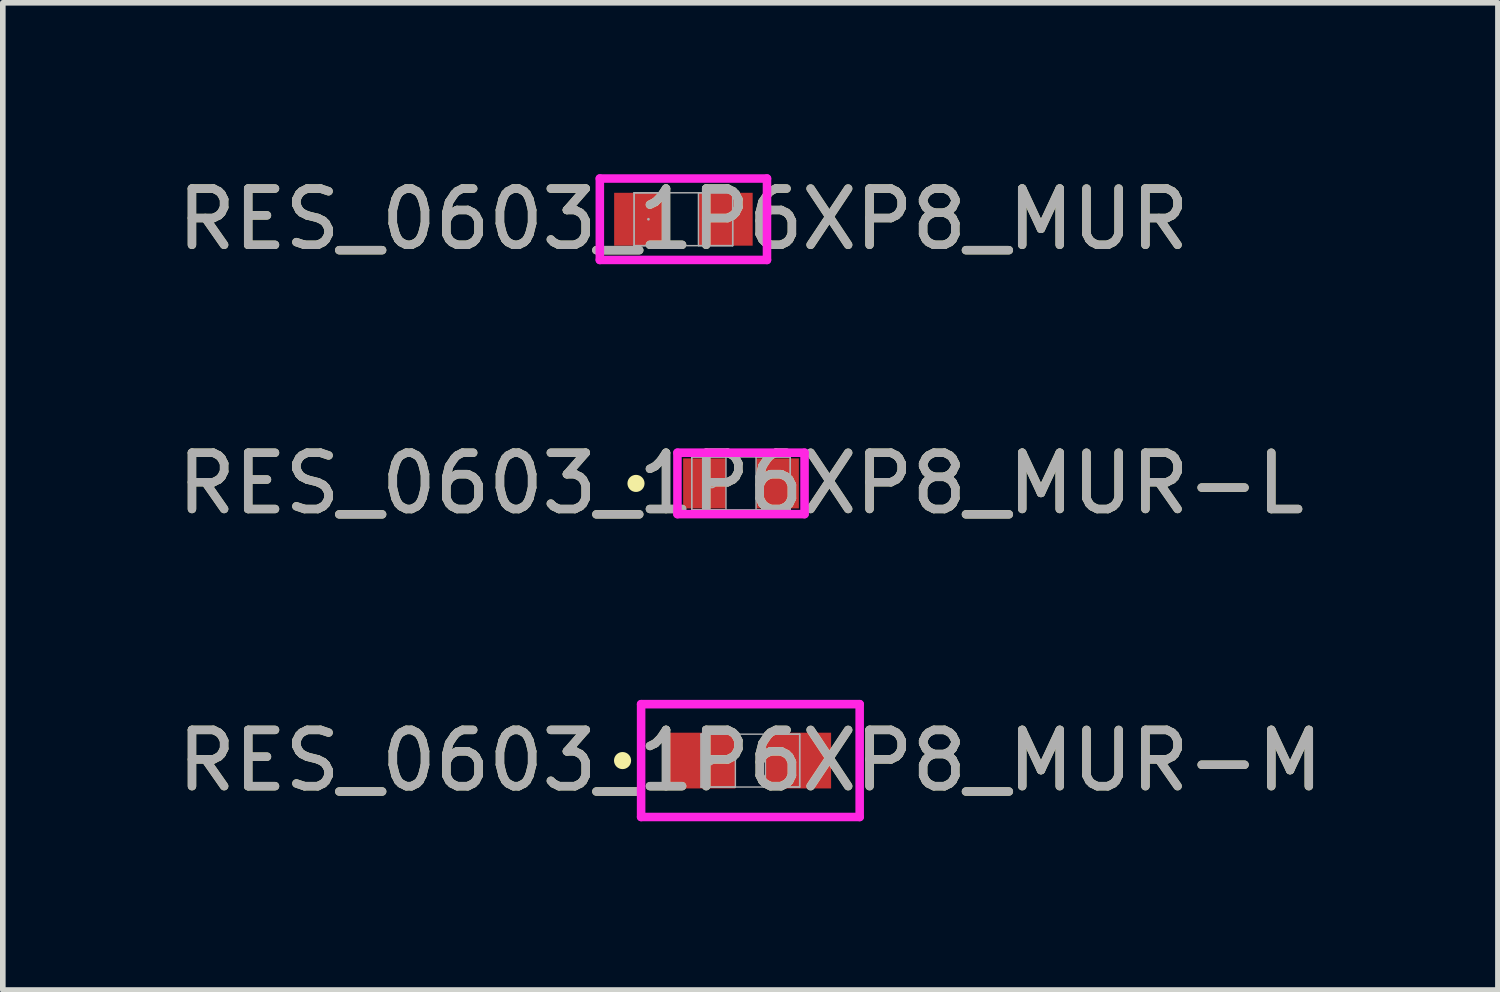
<source format=kicad_pcb>
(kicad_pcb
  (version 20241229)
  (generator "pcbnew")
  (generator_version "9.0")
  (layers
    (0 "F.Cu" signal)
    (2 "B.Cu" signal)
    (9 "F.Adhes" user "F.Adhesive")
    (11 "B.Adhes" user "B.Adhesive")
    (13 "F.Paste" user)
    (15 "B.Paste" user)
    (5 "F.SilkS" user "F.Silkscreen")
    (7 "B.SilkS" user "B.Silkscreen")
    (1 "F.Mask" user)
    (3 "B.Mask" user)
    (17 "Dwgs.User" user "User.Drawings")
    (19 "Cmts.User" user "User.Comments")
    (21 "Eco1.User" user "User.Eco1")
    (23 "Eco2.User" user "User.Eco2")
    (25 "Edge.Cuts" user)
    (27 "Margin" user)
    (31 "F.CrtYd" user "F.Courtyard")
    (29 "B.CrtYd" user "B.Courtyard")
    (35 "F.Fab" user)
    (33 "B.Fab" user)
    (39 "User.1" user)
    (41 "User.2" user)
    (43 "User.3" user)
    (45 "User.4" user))
  (footprint "RES_0603_1P6XP8_MUR"
    (layer "F.Cu")
    (at 9.101 0.848)
    (property "Reference" "RES_0603_1P6XP8_MUR" (at 0 0 0) (unlocked yes) (layer "F.SilkS") (effects (font (size 1 1) (thickness 0.15))))
    (attr smd)
    (fp_line (start -1.486 -0.724) (end 1.486 -0.724) (stroke (width 0.152) (type solid)) (layer "F.CrtYd"))
    (fp_line (start -1.486 0.724) (end -1.486 -0.724) (stroke (width 0.152) (type solid)) (layer "F.CrtYd"))
    (fp_line (start 1.486 -0.724) (end 1.486 0.724) (stroke (width 0.152) (type solid)) (layer "F.CrtYd"))
    (fp_line (start 1.486 0.724) (end -1.486 0.724) (stroke (width 0.152) (type solid)) (layer "F.CrtYd"))
    (fp_line (start -0.876 -0.47) (end -0.876 0.47) (stroke (width 0.025) (type solid)) (layer "F.Fab"))
    (fp_line (start -0.876 -0.47) (end -0.876 0.47) (stroke (width 0.025) (type solid)) (layer "F.Fab"))
    (fp_line (start -0.876 0.47) (end -0.267 0.47) (stroke (width 0.025) (type solid)) (layer "F.Fab"))
    (fp_line (start -0.876 0.47) (end 0.876 0.47) (stroke (width 0.025) (type solid)) (layer "F.Fab"))
    (fp_line (start -0.267 -0.47) (end -0.876 -0.47) (stroke (width 0.025) (type solid)) (layer "F.Fab"))
    (fp_line (start -0.267 0.47) (end -0.267 -0.47) (stroke (width 0.025) (type solid)) (layer "F.Fab"))
    (fp_line (start 0.267 -0.47) (end 0.267 0.47) (stroke (width 0.025) (type solid)) (layer "F.Fab"))
    (fp_line (start 0.267 0.47) (end 0.876 0.47) (stroke (width 0.025) (type solid)) (layer "F.Fab"))
    (fp_line (start 0.876 -0.47) (end -0.876 -0.47) (stroke (width 0.025) (type solid)) (layer "F.Fab"))
    (fp_line (start 0.876 -0.47) (end 0.267 -0.47) (stroke (width 0.025) (type solid)) (layer "F.Fab"))
    (fp_line (start 0.876 0.47) (end 0.876 -0.47) (stroke (width 0.025) (type solid)) (layer "F.Fab"))
    (fp_line (start 0.876 0.47) (end 0.876 -0.47) (stroke (width 0.025) (type solid)) (layer "F.Fab"))
    (fp_circle (center -0.622 0) (end -0.622 0) (stroke (width 0.025) (type solid)) (fill no) (layer "F.Fab"))
    (fp_text user "${REFERENCE}" (at 0 0 0) (unlocked yes) (layer "F.Fab") (effects (font (size 1 1) (thickness 0.15))))
    (pad "1" smd rect (at -0.749 0) (size 0.965 0.94) (layers "F.Cu" "F.Mask" "F.Paste"))
    (pad "2" smd rect (at 0.749 0) (size 0.965 0.94) (layers "F.Cu" "F.Mask" "F.Paste"))
    (zone (net_name "") (layer "F.Cu") (hatch full 0.508) (connect_pads) (min_thickness 0.254) (filled_areas_thickness no) (keepout (tracks not_allowed) (vias not_allowed) (pads allowed) (copperpour not_allowed) (footprints allowed)) (placement (enabled no)) (fill) (polygon (pts (xy 8.885 0.429) (xy 9.317 0.429) (xy 9.317 1.267) (xy 8.885 1.267)))))
  (footprint "RES_0603_1P6XP8_MUR-L"
    (layer "F.Cu")
    (at 10.125 5.545)
    (property "Reference" "RES_0603_1P6XP8_MUR-L" (at 0 0 0) (unlocked yes) (layer "F.SilkS") (effects (font (size 1 1) (thickness 0.15))))
    (attr smd)
    (fp_circle (center -1.867 0) (end -1.791 0) (stroke (width 0.152) (type solid)) (fill no) (layer "F.SilkS"))
    (fp_line (start -1.13 -0.546) (end 1.13 -0.546) (stroke (width 0.152) (type solid)) (layer "F.CrtYd"))
    (fp_line (start -1.13 0.546) (end -1.13 -0.546) (stroke (width 0.152) (type solid)) (layer "F.CrtYd"))
    (fp_line (start 1.13 -0.546) (end 1.13 0.546) (stroke (width 0.152) (type solid)) (layer "F.CrtYd"))
    (fp_line (start 1.13 0.546) (end -1.13 0.546) (stroke (width 0.152) (type solid)) (layer "F.CrtYd"))
    (fp_line (start -0.876 -0.47) (end -0.876 0.47) (stroke (width 0.025) (type solid)) (layer "F.Fab"))
    (fp_line (start -0.876 -0.47) (end -0.876 0.47) (stroke (width 0.025) (type solid)) (layer "F.Fab"))
    (fp_line (start -0.876 0.47) (end -0.267 0.47) (stroke (width 0.025) (type solid)) (layer "F.Fab"))
    (fp_line (start -0.876 0.47) (end 0.876 0.47) (stroke (width 0.025) (type solid)) (layer "F.Fab"))
    (fp_line (start -0.267 -0.47) (end -0.876 -0.47) (stroke (width 0.025) (type solid)) (layer "F.Fab"))
    (fp_line (start -0.267 0.47) (end -0.267 -0.47) (stroke (width 0.025) (type solid)) (layer "F.Fab"))
    (fp_line (start 0.267 -0.47) (end 0.267 0.47) (stroke (width 0.025) (type solid)) (layer "F.Fab"))
    (fp_line (start 0.267 0.47) (end 0.876 0.47) (stroke (width 0.025) (type solid)) (layer "F.Fab"))
    (fp_line (start 0.876 -0.47) (end -0.876 -0.47) (stroke (width 0.025) (type solid)) (layer "F.Fab"))
    (fp_line (start 0.876 -0.47) (end 0.267 -0.47) (stroke (width 0.025) (type solid)) (layer "F.Fab"))
    (fp_line (start 0.876 0.47) (end 0.876 -0.47) (stroke (width 0.025) (type solid)) (layer "F.Fab"))
    (fp_line (start 0.876 0.47) (end 0.876 -0.47) (stroke (width 0.025) (type solid)) (layer "F.Fab"))
    (fp_circle (center -0.521 0) (end -0.445 0) (stroke (width 0.025) (type solid)) (fill no) (layer "F.Fab"))
    (fp_text user "${REFERENCE}" (at 0 0 0) (unlocked yes) (layer "F.Fab") (effects (font (size 1 1) (thickness 0.15))))
    (pad "1" smd rect (at -0.648 0) (size 0.762 0.889) (layers "F.Cu" "F.Mask" "F.Paste"))
    (pad "2" smd rect (at 0.648 0) (size 0.762 0.889) (layers "F.Cu" "F.Mask" "F.Paste"))
    (zone (net_name "") (layer "F.Cu") (hatch full 0.508) (connect_pads) (min_thickness 0.254) (filled_areas_thickness no) (keepout (tracks not_allowed) (vias not_allowed) (pads allowed) (copperpour not_allowed) (footprints allowed)) (placement (enabled no)) (fill) (polygon (pts (xy 9.909 5.126) (xy 10.341 5.126) (xy 10.341 5.964) (xy 9.909 5.964)))))
  (footprint "RES_0603_1P6XP8_MUR-M"
    (layer "F.Cu")
    (at 10.292 10.473)
    (property "Reference" "RES_0603_1P6XP8_MUR-M" (at 0 0 0) (unlocked yes) (layer "F.SilkS") (effects (font (size 1 1) (thickness 0.15))))
    (attr smd)
    (fp_circle (center -2.273 0) (end -2.197 0) (stroke (width 0.152) (type solid)) (fill no) (layer "F.SilkS"))
    (fp_line (start -1.943 -1.003) (end 1.943 -1.003) (stroke (width 0.152) (type solid)) (layer "F.CrtYd"))
    (fp_line (start -1.943 1.003) (end -1.943 -1.003) (stroke (width 0.152) (type solid)) (layer "F.CrtYd"))
    (fp_line (start 1.943 -1.003) (end 1.943 1.003) (stroke (width 0.152) (type solid)) (layer "F.CrtYd"))
    (fp_line (start 1.943 1.003) (end -1.943 1.003) (stroke (width 0.152) (type solid)) (layer "F.CrtYd"))
    (fp_line (start -0.876 -0.47) (end -0.876 0.47) (stroke (width 0.025) (type solid)) (layer "F.Fab"))
    (fp_line (start -0.876 -0.47) (end -0.876 0.47) (stroke (width 0.025) (type solid)) (layer "F.Fab"))
    (fp_line (start -0.876 0.47) (end -0.267 0.47) (stroke (width 0.025) (type solid)) (layer "F.Fab"))
    (fp_line (start -0.876 0.47) (end 0.876 0.47) (stroke (width 0.025) (type solid)) (layer "F.Fab"))
    (fp_line (start -0.267 -0.47) (end -0.876 -0.47) (stroke (width 0.025) (type solid)) (layer "F.Fab"))
    (fp_line (start -0.267 0.47) (end -0.267 -0.47) (stroke (width 0.025) (type solid)) (layer "F.Fab"))
    (fp_line (start 0.267 -0.47) (end 0.267 0.47) (stroke (width 0.025) (type solid)) (layer "F.Fab"))
    (fp_line (start 0.267 0.47) (end 0.876 0.47) (stroke (width 0.025) (type solid)) (layer "F.Fab"))
    (fp_line (start 0.876 -0.47) (end -0.876 -0.47) (stroke (width 0.025) (type solid)) (layer "F.Fab"))
    (fp_line (start 0.876 -0.47) (end 0.267 -0.47) (stroke (width 0.025) (type solid)) (layer "F.Fab"))
    (fp_line (start 0.876 0.47) (end 0.876 -0.47) (stroke (width 0.025) (type solid)) (layer "F.Fab"))
    (fp_line (start 0.876 0.47) (end 0.876 -0.47) (stroke (width 0.025) (type solid)) (layer "F.Fab"))
    (fp_circle (center -0.724 0) (end -0.648 0) (stroke (width 0.025) (type solid)) (fill no) (layer "F.Fab"))
    (fp_text user "${REFERENCE}" (at 0 0 0) (unlocked yes) (layer "F.Fab") (effects (font (size 1 1) (thickness 0.15))))
    (pad "1" smd rect (at -0.851 0) (size 1.168 0.991) (layers "F.Cu" "F.Mask" "F.Paste"))
    (pad "2" smd rect (at 0.851 0) (size 1.168 0.991) (layers "F.Cu" "F.Mask" "F.Paste"))
    (zone (net_name "") (layer "F.Cu") (hatch full 0.508) (connect_pads) (min_thickness 0.254) (filled_areas_thickness no) (keepout (tracks not_allowed) (vias not_allowed) (pads allowed) (copperpour not_allowed) (footprints allowed)) (placement (enabled no)) (fill) (polygon (pts (xy 10.076 10.053) (xy 10.508 10.053) (xy 10.508 10.892) (xy 10.076 10.892)))))
  (gr_rect
    (start -3 -3)
    (end 23.583 14.552)
    (stroke (width 0.1) (type default))
    (fill no)
    (layer "Edge.Cuts")))
</source>
